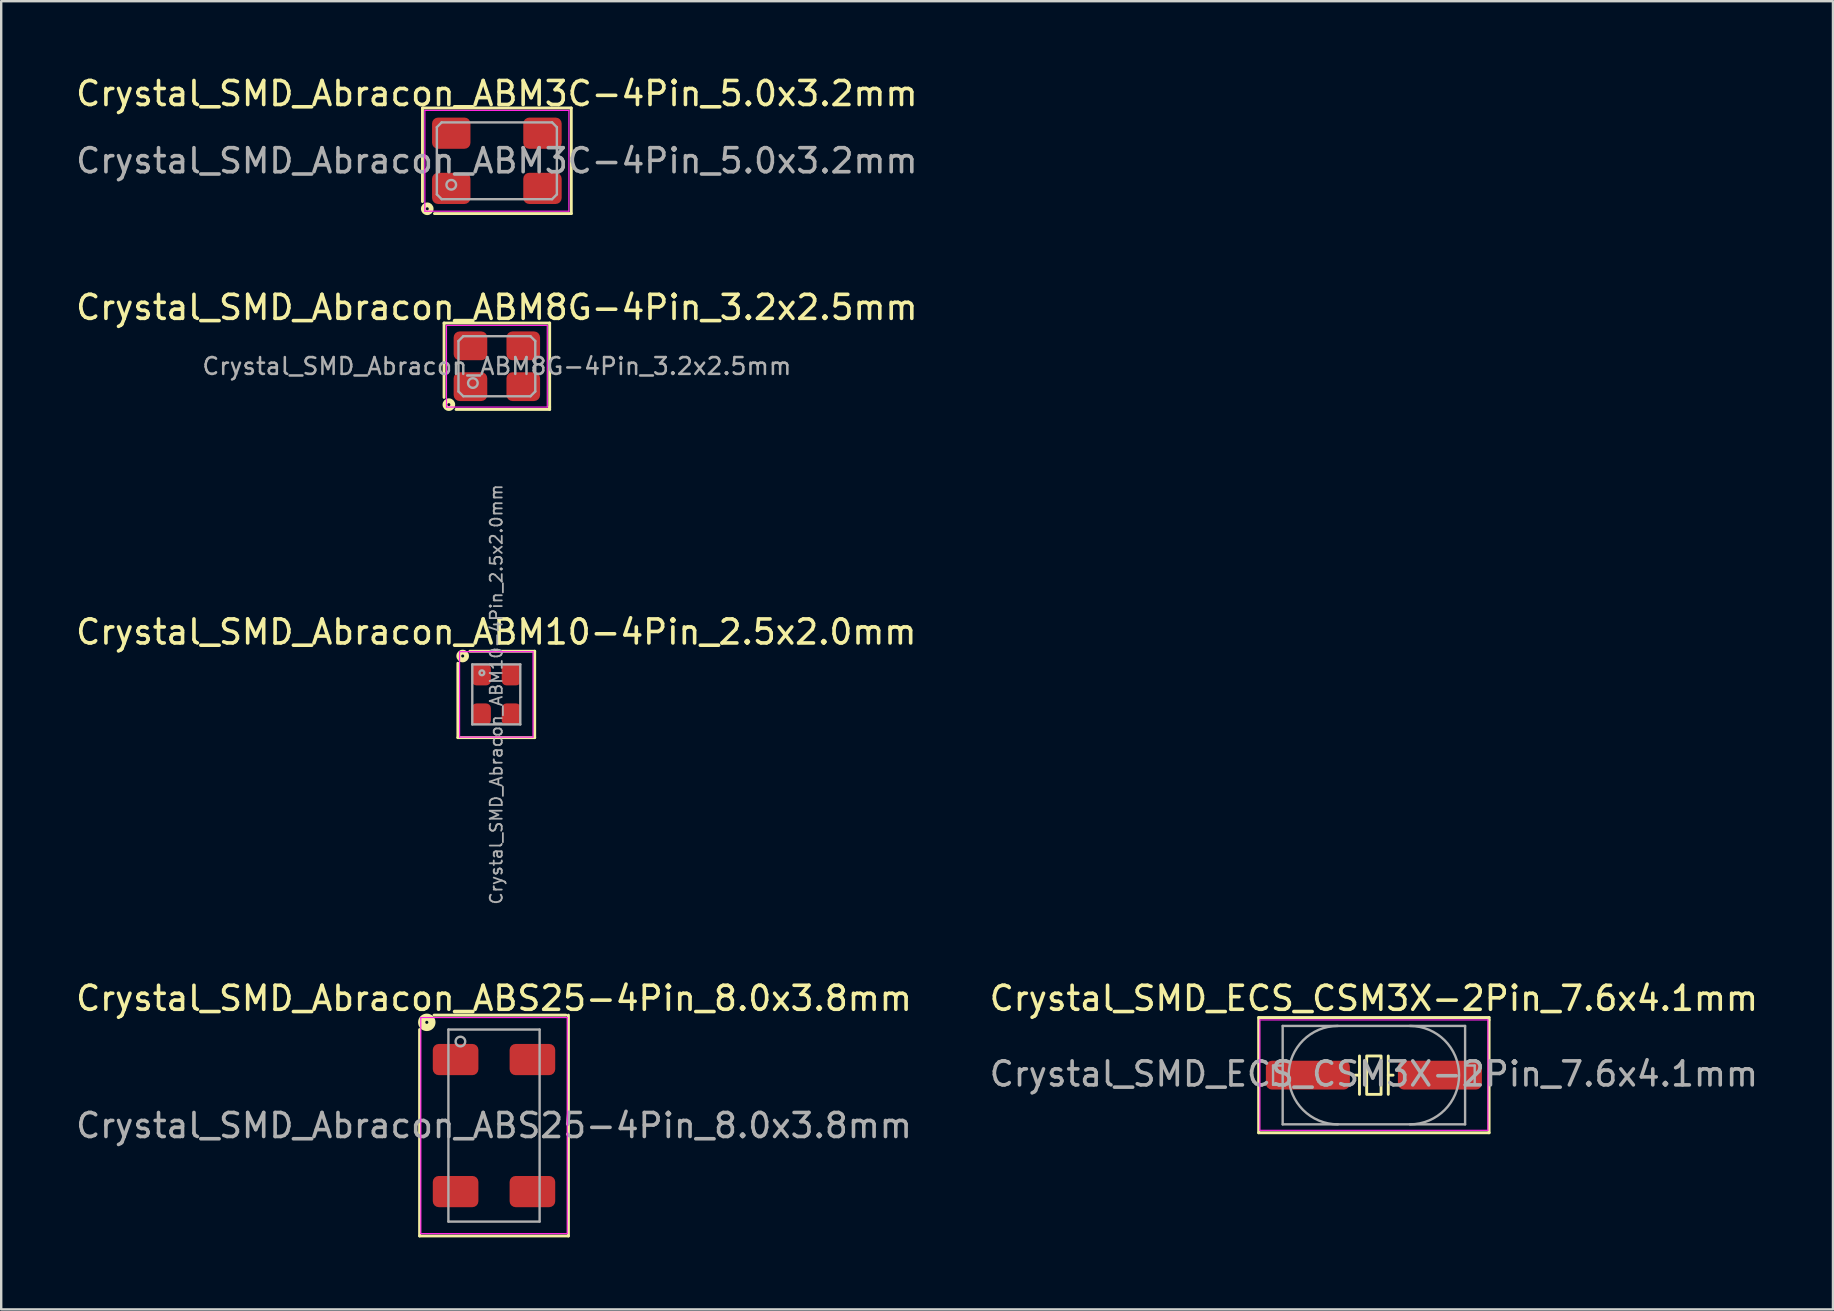
<source format=kicad_pcb>
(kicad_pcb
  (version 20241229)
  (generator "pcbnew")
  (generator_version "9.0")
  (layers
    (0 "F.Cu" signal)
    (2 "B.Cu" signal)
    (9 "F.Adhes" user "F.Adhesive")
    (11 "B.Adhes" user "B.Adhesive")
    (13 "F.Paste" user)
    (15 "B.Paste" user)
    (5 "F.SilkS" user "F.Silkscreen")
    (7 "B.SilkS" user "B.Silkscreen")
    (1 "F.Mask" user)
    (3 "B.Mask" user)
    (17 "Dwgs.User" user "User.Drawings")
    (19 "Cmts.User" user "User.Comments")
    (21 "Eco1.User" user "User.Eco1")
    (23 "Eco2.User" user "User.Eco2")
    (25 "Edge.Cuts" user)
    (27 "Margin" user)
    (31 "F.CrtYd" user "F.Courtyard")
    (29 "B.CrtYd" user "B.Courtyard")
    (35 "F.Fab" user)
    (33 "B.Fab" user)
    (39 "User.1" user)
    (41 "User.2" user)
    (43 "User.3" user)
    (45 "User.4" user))
  (footprint "Crystal_SMD_Abracon_ABM3C-4Pin_5.0x3.2mm"
    (layer "F.Cu")
    (at 17.649 3.648)
    (property "Reference" "Crystal_SMD_Abracon_ABM3C-4Pin_5.0x3.2mm" (at 0 -2.8 0) (layer "F.SilkS") (effects (font (size 1 1) (thickness 0.15))))
    (attr smd)
    (fp_line (start -3.1 -2.2) (end -3.1 1.7) (stroke (width 0.12) (type solid)) (layer "F.SilkS"))
    (fp_line (start 3.1 -2.2) (end -3.1 -2.2) (stroke (width 0.12) (type solid)) (layer "F.SilkS"))
    (fp_line (start 3.1 -2.2) (end 3.1 2.2) (stroke (width 0.12) (type solid)) (layer "F.SilkS"))
    (fp_line (start 3.1 2.2) (end -2.6 2.2) (stroke (width 0.12) (type solid)) (layer "F.SilkS"))
    (fp_circle (center -2.9 2) (end -2.837 2) (stroke (width 0.2) (type solid)) (fill no) (layer "F.SilkS"))
    (fp_line (start -3 -2.1) (end -3 2.1) (stroke (width 0.05) (type solid)) (layer "F.CrtYd"))
    (fp_line (start -3 2.1) (end 3 2.1) (stroke (width 0.05) (type solid)) (layer "F.CrtYd"))
    (fp_line (start 3 -2.1) (end -3 -2.1) (stroke (width 0.05) (type solid)) (layer "F.CrtYd"))
    (fp_line (start 3 2.1) (end 3 -2.1) (stroke (width 0.05) (type solid)) (layer "F.CrtYd"))
    (fp_line (start -2.5 -1.4) (end -2.3 -1.6) (stroke (width 0.1) (type solid)) (layer "F.Fab"))
    (fp_line (start -2.5 1.4) (end -2.5 -1.4) (stroke (width 0.1) (type solid)) (layer "F.Fab"))
    (fp_line (start -2.3 -1.6) (end 2.3 -1.6) (stroke (width 0.1) (type solid)) (layer "F.Fab"))
    (fp_line (start -2.3 1.6) (end -2.5 1.4) (stroke (width 0.1) (type solid)) (layer "F.Fab"))
    (fp_line (start 2.3 -1.6) (end 2.5 -1.4) (stroke (width 0.1) (type solid)) (layer "F.Fab"))
    (fp_line (start 2.3 1.6) (end -2.3 1.6) (stroke (width 0.1) (type solid)) (layer "F.Fab"))
    (fp_line (start 2.5 -1.4) (end 2.5 1.4) (stroke (width 0.1) (type solid)) (layer "F.Fab"))
    (fp_line (start 2.5 1.4) (end 2.3 1.6) (stroke (width 0.1) (type solid)) (layer "F.Fab"))
    (fp_circle (center -1.9 1) (end -1.7 1) (stroke (width 0.1) (type solid)) (fill no) (layer "F.Fab"))
    (fp_text user "${REFERENCE}" (at 0 0 0) (layer "F.Fab") (effects (font (size 1 1) (thickness 0.15))))
    (pad "1" smd roundrect (at -1.9 1.15) (size 1.6 1.3) (layers "F.Cu" "F.Mask" "F.Paste") (roundrect_rratio 0.192))
    (pad "2" smd roundrect (at 1.9 1.15) (size 1.6 1.3) (layers "F.Cu" "F.Mask" "F.Paste") (roundrect_rratio 0.192))
    (pad "3" smd roundrect (at 1.9 -1.15) (size 1.6 1.3) (layers "F.Cu" "F.Mask" "F.Paste") (roundrect_rratio 0.192))
    (pad "4" smd roundrect (at -1.9 -1.15) (size 1.6 1.3) (layers "F.Cu" "F.Mask" "F.Paste") (roundrect_rratio 0.192)))
  (footprint "Crystal_SMD_Abracon_ABS25-4Pin_8.0x3.8mm"
    (layer "F.Cu")
    (at 17.53 43.84)
    (property "Reference" "Crystal_SMD_Abracon_ABS25-4Pin_8.0x3.8mm" (at 0 -5.3 0) (layer "F.SilkS") (effects (font (size 1 1) (thickness 0.15))))
    (attr smd)
    (fp_line (start -3.1 4.6) (end -3.1 -4) (stroke (width 0.12) (type solid)) (layer "F.SilkS"))
    (fp_line (start -2.5 -4.6) (end 3 -4.6) (stroke (width 0.12) (type solid)) (layer "F.SilkS"))
    (fp_line (start 3.1 -4.6) (end 3.1 4.6) (stroke (width 0.12) (type solid)) (layer "F.SilkS"))
    (fp_line (start 3.1 4.6) (end -3.1 4.6) (stroke (width 0.12) (type solid)) (layer "F.SilkS"))
    (fp_circle (center -2.8 -4.3) (end -2.736 -4.3) (stroke (width 0.3) (type solid)) (fill no) (layer "F.SilkS"))
    (fp_line (start -3.05 -4.5) (end -3.05 4.5) (stroke (width 0.05) (type solid)) (layer "F.CrtYd"))
    (fp_line (start -3.05 4.5) (end 3.05 4.5) (stroke (width 0.05) (type solid)) (layer "F.CrtYd"))
    (fp_line (start 3.05 -4.5) (end -3.05 -4.5) (stroke (width 0.05) (type solid)) (layer "F.CrtYd"))
    (fp_line (start 3.05 4.5) (end 3.05 -4.5) (stroke (width 0.05) (type solid)) (layer "F.CrtYd"))
    (fp_line (start -1.9 -4) (end 1.9 -4) (stroke (width 0.1) (type solid)) (layer "F.Fab"))
    (fp_line (start -1.9 4) (end -1.9 -4) (stroke (width 0.1) (type solid)) (layer "F.Fab"))
    (fp_line (start 1.9 -4) (end 1.9 4) (stroke (width 0.1) (type solid)) (layer "F.Fab"))
    (fp_line (start 1.9 4) (end -1.9 4) (stroke (width 0.1) (type solid)) (layer "F.Fab"))
    (fp_circle (center -1.4 -3.5) (end -1.2 -3.5) (stroke (width 0.1) (type solid)) (fill no) (layer "F.Fab"))
    (fp_text user "${REFERENCE}" (at 0 0 0) (layer "F.Fab") (effects (font (size 1 1) (thickness 0.15))))
    (pad "1" smd roundrect (at -1.6 -2.75 270) (size 1.3 1.9) (layers "F.Cu" "F.Mask" "F.Paste") (roundrect_rratio 0.192))
    (pad "2" smd roundrect (at -1.6 2.75 270) (size 1.3 1.9) (layers "F.Cu" "F.Mask" "F.Paste") (roundrect_rratio 0.192))
    (pad "3" smd roundrect (at 1.6 2.75 270) (size 1.3 1.9) (layers "F.Cu" "F.Mask" "F.Paste") (roundrect_rratio 0.192))
    (pad "4" smd roundrect (at 1.6 -2.75 270) (size 1.3 1.9) (layers "F.Cu" "F.Mask" "F.Paste") (roundrect_rratio 0.192)))
  (footprint "Crystal_SMD_Abracon_ABM10-4Pin_2.5x2.0mm"
    (layer "F.Cu")
    (at 17.625 25.879)
    (property "Reference" "Crystal_SMD_Abracon_ABM10-4Pin_2.5x2.0mm" (at 0 -2.6 0) (layer "F.SilkS") (effects (font (size 1 1) (thickness 0.15))))
    (attr smd)
    (fp_line (start -1.6 1.8) (end -1.6 -1.3) (stroke (width 0.12) (type solid)) (layer "F.SilkS"))
    (fp_line (start -1.1 -1.8) (end 1.6 -1.8) (stroke (width 0.12) (type solid)) (layer "F.SilkS"))
    (fp_line (start 1.6 -1.8) (end 1.6 1.8) (stroke (width 0.12) (type solid)) (layer "F.SilkS"))
    (fp_line (start 1.6 1.8) (end -1.6 1.8) (stroke (width 0.12) (type solid)) (layer "F.SilkS"))
    (fp_circle (center -1.4 -1.6) (end -1.337 -1.6) (stroke (width 0.2) (type solid)) (fill no) (layer "F.SilkS"))
    (fp_line (start -1.53 -1.78) (end -1.53 1.78) (stroke (width 0.05) (type solid)) (layer "F.CrtYd"))
    (fp_line (start -1.53 1.78) (end 1.53 1.78) (stroke (width 0.05) (type solid)) (layer "F.CrtYd"))
    (fp_line (start 1.53 -1.78) (end -1.53 -1.78) (stroke (width 0.05) (type solid)) (layer "F.CrtYd"))
    (fp_line (start 1.53 -1.78) (end 1.53 1.78) (stroke (width 0.05) (type solid)) (layer "F.CrtYd"))
    (fp_line (start -1 -1.25) (end -1 1.25) (stroke (width 0.1) (type solid)) (layer "F.Fab"))
    (fp_line (start -1 -1.25) (end 1 -1.25) (stroke (width 0.1) (type solid)) (layer "F.Fab"))
    (fp_line (start -1 1.25) (end 1 1.25) (stroke (width 0.1) (type solid)) (layer "F.Fab"))
    (fp_line (start 1 -1.25) (end 1 1.25) (stroke (width 0.1) (type solid)) (layer "F.Fab"))
    (fp_circle (center -0.6 -0.9) (end -0.5 -0.9) (stroke (width 0.1) (type solid)) (fill no) (layer "F.Fab"))
    (fp_text user "${REFERENCE}" (at 0 0 90) (layer "F.Fab") (effects (font (size 0.5 0.5) (thickness 0.075))))
    (pad "1" smd roundrect (at -0.625 -0.825) (size 0.8 0.9) (layers "F.Cu" "F.Mask" "F.Paste") (roundrect_rratio 0.25))
    (pad "2" smd roundrect (at -0.625 0.825) (size 0.8 0.9) (layers "F.Cu" "F.Mask" "F.Paste") (roundrect_rratio 0.25))
    (pad "3" smd roundrect (at 0.625 0.825) (size 0.8 0.9) (layers "F.Cu" "F.Mask" "F.Paste") (roundrect_rratio 0.25))
    (pad "4" smd roundrect (at 0.625 -0.825) (size 0.8 0.9) (layers "F.Cu" "F.Mask" "F.Paste") (roundrect_rratio 0.25)))
  (footprint "Crystal_SMD_ECS_CSM3X-2Pin_7.6x4.1mm"
    (layer "F.Cu")
    (at 54.185 41.74)
    (property "Reference" "Crystal_SMD_ECS_CSM3X-2Pin_7.6x4.1mm" (at 0 -3.2 0) (layer "F.SilkS") (effects (font (size 1 1) (thickness 0.15))))
    (attr smd)
    (fp_line (start -4.8 -2.4) (end -4.8 2.4) (stroke (width 0.12) (type solid)) (layer "F.SilkS"))
    (fp_line (start -4.8 2.4) (end 4.8 2.4) (stroke (width 0.12) (type solid)) (layer "F.SilkS"))
    (fp_line (start -0.6 -0.8) (end -0.6 0.8) (stroke (width 0.12) (type solid)) (layer "F.SilkS"))
    (fp_line (start -0.6 0) (end -0.8 0) (stroke (width 0.12) (type solid)) (layer "F.SilkS"))
    (fp_line (start 0.6 -0.8) (end 0.6 0.8) (stroke (width 0.12) (type solid)) (layer "F.SilkS"))
    (fp_line (start 0.6 0) (end 0.8 0) (stroke (width 0.12) (type solid)) (layer "F.SilkS"))
    (fp_line (start 4.8 -2.4) (end -4.8 -2.4) (stroke (width 0.12) (type solid)) (layer "F.SilkS"))
    (fp_line (start 4.8 -2.3) (end 4.8 -2.4) (stroke (width 0.12) (type solid)) (layer "F.SilkS"))
    (fp_line (start 4.8 2.4) (end 4.8 -2.3) (stroke (width 0.12) (type solid)) (layer "F.SilkS"))
    (fp_rect (start -0.3 -0.8) (end 0.3 0.8) (stroke (width 0.12) (type solid)) (fill no) (layer "F.SilkS"))
    (fp_line (start -4.75 -2.3) (end -4.75 2.3) (stroke (width 0.05) (type solid)) (layer "F.CrtYd"))
    (fp_line (start -4.75 -2.3) (end 4.75 -2.3) (stroke (width 0.05) (type solid)) (layer "F.CrtYd"))
    (fp_line (start -4.75 2.3) (end 4.75 2.3) (stroke (width 0.05) (type solid)) (layer "F.CrtYd"))
    (fp_line (start 4.75 -2.3) (end 4.75 2.3) (stroke (width 0.05) (type solid)) (layer "F.CrtYd"))
    (fp_line (start -4.2 -0.4) (end -4.2 0.4) (stroke (width 0.1) (type solid)) (layer "F.Fab"))
    (fp_line (start -4.2 0.4) (end -3.8 0.4) (stroke (width 0.1) (type solid)) (layer "F.Fab"))
    (fp_line (start -3.8 -2.05) (end 3.8 -2.05) (stroke (width 0.1) (type solid)) (layer "F.Fab"))
    (fp_line (start -3.8 -0.4) (end -4.2 -0.4) (stroke (width 0.1) (type solid)) (layer "F.Fab"))
    (fp_line (start -3.8 2.05) (end -3.8 -2.05) (stroke (width 0.1) (type solid)) (layer "F.Fab"))
    (fp_line (start 3.8 -2.05) (end 3.8 2.05) (stroke (width 0.1) (type solid)) (layer "F.Fab"))
    (fp_line (start 3.8 0.4) (end 4.2 0.4) (stroke (width 0.1) (type solid)) (layer "F.Fab"))
    (fp_line (start 3.8 2.05) (end -3.8 2.05) (stroke (width 0.1) (type solid)) (layer "F.Fab"))
    (fp_line (start 4.2 -0.4) (end 3.8 -0.4) (stroke (width 0.1) (type solid)) (layer "F.Fab"))
    (fp_line (start 4.2 0.4) (end 4.2 -0.4) (stroke (width 0.1) (type solid)) (layer "F.Fab"))
    (fp_arc (start -1.5 2.05) (mid -3.55 0) (end -1.5 -2.05) (stroke (width 0.1) (type solid)) (layer "F.Fab"))
    (fp_arc (start 1.5 -2.05) (mid 3.55 0) (end 1.5 2.05) (stroke (width 0.1) (type solid)) (layer "F.Fab"))
    (fp_text user "${REFERENCE}" (at 0 -0.05 0) (layer "F.Fab") (effects (font (size 1 1) (thickness 0.15))))
    (pad "1" smd roundrect (at -2.75 0) (size 3.5 1.2) (layers "F.Cu" "F.Mask" "F.Paste") (roundrect_rratio 0.208))
    (pad "2" smd roundrect (at 2.75 0) (size 3.5 1.2) (layers "F.Cu" "F.Mask" "F.Paste") (roundrect_rratio 0.208)))
  (footprint "Crystal_SMD_Abracon_ABM8G-4Pin_3.2x2.5mm"
    (layer "F.Cu")
    (at 17.649 12.207)
    (property "Reference" "Crystal_SMD_Abracon_ABM8G-4Pin_3.2x2.5mm" (at 0 -2.45 0) (layer "F.SilkS") (effects (font (size 1 1) (thickness 0.15))))
    (attr smd)
    (fp_line (start -2.2 -1.8) (end -2.2 1.3) (stroke (width 0.12) (type solid)) (layer "F.SilkS"))
    (fp_line (start -2.2 -1.8) (end 2.2 -1.8) (stroke (width 0.12) (type solid)) (layer "F.SilkS"))
    (fp_line (start 2.2 -1.8) (end 2.2 1.7) (stroke (width 0.12) (type solid)) (layer "F.SilkS"))
    (fp_line (start 2.2 1.7) (end 2.2 1.8) (stroke (width 0.12) (type solid)) (layer "F.SilkS"))
    (fp_line (start 2.2 1.8) (end -1.7 1.8) (stroke (width 0.12) (type solid)) (layer "F.SilkS"))
    (fp_circle (center -2 1.6) (end -1.937 1.6) (stroke (width 0.2) (type solid)) (fill no) (layer "F.SilkS"))
    (fp_line (start -2.1 -1.7) (end -2.1 1.7) (stroke (width 0.05) (type solid)) (layer "F.CrtYd"))
    (fp_line (start -2.1 1.7) (end 2.1 1.7) (stroke (width 0.05) (type solid)) (layer "F.CrtYd"))
    (fp_line (start 2.1 -1.7) (end -2.1 -1.7) (stroke (width 0.05) (type solid)) (layer "F.CrtYd"))
    (fp_line (start 2.1 1.7) (end 2.1 -1.7) (stroke (width 0.05) (type solid)) (layer "F.CrtYd"))
    (fp_line (start -1.6 -1.05) (end -1.4 -1.25) (stroke (width 0.1) (type solid)) (layer "F.Fab"))
    (fp_line (start -1.6 1.05) (end -1.6 -1.05) (stroke (width 0.1) (type solid)) (layer "F.Fab"))
    (fp_line (start -1.4 -1.25) (end 1.4 -1.25) (stroke (width 0.1) (type solid)) (layer "F.Fab"))
    (fp_line (start -1.4 1.25) (end -1.6 1.05) (stroke (width 0.1) (type solid)) (layer "F.Fab"))
    (fp_line (start 1.4 -1.25) (end 1.6 -1.05) (stroke (width 0.1) (type solid)) (layer "F.Fab"))
    (fp_line (start 1.4 1.25) (end -1.4 1.25) (stroke (width 0.1) (type solid)) (layer "F.Fab"))
    (fp_line (start 1.6 -1.05) (end 1.6 1.05) (stroke (width 0.1) (type solid)) (layer "F.Fab"))
    (fp_line (start 1.6 1.05) (end 1.4 1.25) (stroke (width 0.1) (type solid)) (layer "F.Fab"))
    (fp_circle (center -1 0.7) (end -0.8 0.7) (stroke (width 0.1) (type solid)) (fill no) (layer "F.Fab"))
    (fp_text user "${REFERENCE}" (at 0 0 0) (layer "F.Fab") (effects (font (size 0.7 0.7) (thickness 0.105))))
    (pad "1" smd roundrect (at -1.1 0.85) (size 1.4 1.2) (layers "F.Cu" "F.Mask" "F.Paste") (roundrect_rratio 0.208))
    (pad "2" smd roundrect (at 1.1 0.85) (size 1.4 1.2) (layers "F.Cu" "F.Mask" "F.Paste") (roundrect_rratio 0.208))
    (pad "3" smd roundrect (at 1.1 -0.85) (size 1.4 1.2) (layers "F.Cu" "F.Mask" "F.Paste") (roundrect_rratio 0.208))
    (pad "4" smd roundrect (at -1.1 -0.85) (size 1.4 1.2) (layers "F.Cu" "F.Mask" "F.Paste") (roundrect_rratio 0.208)))
  (gr_rect
    (start -3 -3)
    (end 73.31 51.5)
    (stroke (width 0.1) (type default))
    (fill no)
    (layer "Edge.Cuts")))
</source>
